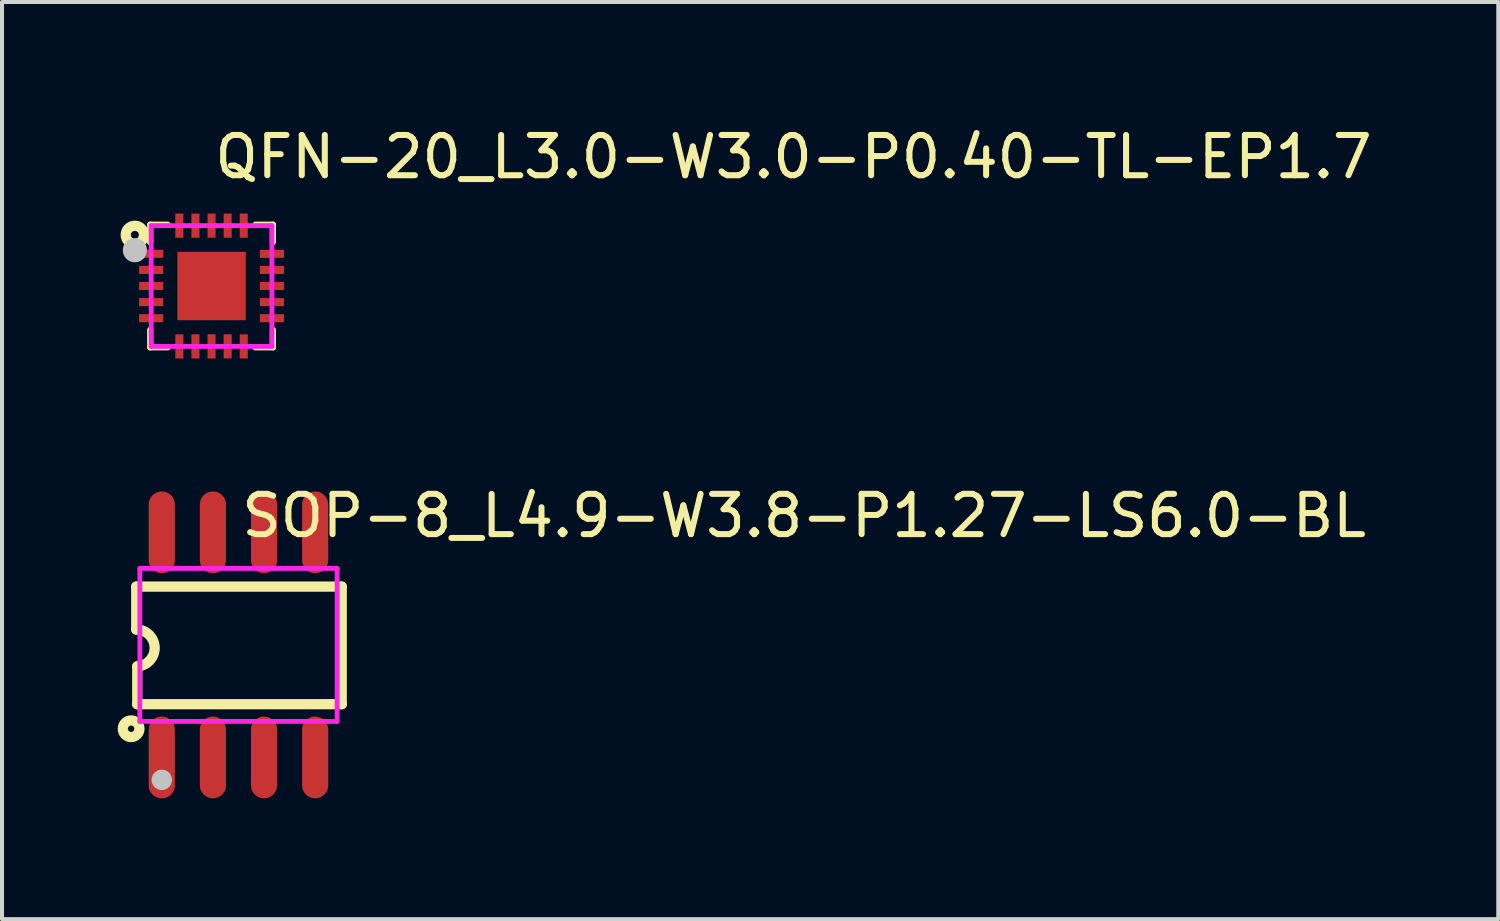
<source format=kicad_pcb>
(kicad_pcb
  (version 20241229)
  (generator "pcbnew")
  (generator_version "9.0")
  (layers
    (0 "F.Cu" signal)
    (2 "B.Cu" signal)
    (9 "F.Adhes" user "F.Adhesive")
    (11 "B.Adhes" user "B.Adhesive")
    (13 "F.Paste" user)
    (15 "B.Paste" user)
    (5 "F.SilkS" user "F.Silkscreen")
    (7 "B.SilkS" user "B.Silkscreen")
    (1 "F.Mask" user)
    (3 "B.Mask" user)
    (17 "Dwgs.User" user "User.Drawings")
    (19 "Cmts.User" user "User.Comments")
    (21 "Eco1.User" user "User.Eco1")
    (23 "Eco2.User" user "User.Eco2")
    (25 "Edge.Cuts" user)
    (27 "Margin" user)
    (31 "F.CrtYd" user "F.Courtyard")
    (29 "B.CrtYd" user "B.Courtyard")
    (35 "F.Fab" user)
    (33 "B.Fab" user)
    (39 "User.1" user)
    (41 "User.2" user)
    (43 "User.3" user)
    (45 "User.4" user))
  (footprint "SOP-8_L4.9-W3.8-P1.27-LS6.0-BL"
    (layer "F.Cu")
    (at 2.874 12.97)
    (property "Reference" "SOP-8_L4.9-W3.8-P1.27-LS6.0-BL" (at 0 -3.207 0) (layer "F.SilkS") (effects (font (size 1 1) (thickness 0.15)) (justify left)))
    (attr through_hole)
    (fp_line (start -2.54 -1.448) (end 2.565 -1.448) (stroke (width 0.254) (type solid)) (layer "F.SilkS"))
    (fp_line (start -2.54 -0.382) (end -2.54 -1.448) (stroke (width 0.254) (type solid)) (layer "F.SilkS"))
    (fp_line (start -2.515 1.473) (end -2.515 0.533) (stroke (width 0.254) (type solid)) (layer "F.SilkS"))
    (fp_line (start -2.489 1.473) (end -2.515 1.473) (stroke (width 0.254) (type solid)) (layer "F.SilkS"))
    (fp_line (start 2.565 -1.448) (end 2.565 1.473) (stroke (width 0.254) (type solid)) (layer "F.SilkS"))
    (fp_line (start 2.565 1.473) (end -2.489 1.473) (stroke (width 0.254) (type solid)) (layer "F.SilkS"))
    (fp_arc (start -2.54 -0.382) (mid -2.082179 0.063181) (end -2.514373 0.533282) (stroke (width 0.254) (type solid)) (layer "F.SilkS"))
    (fp_circle (center -2.667 2.083) (end -2.587 2.083) (stroke (width 0.254) (type solid)) (fill no) (layer "F.SilkS"))
    (fp_circle (center -1.905 3.353) (end -1.778 3.353) (stroke (width 0.254) (type solid)) (fill no) (layer "Dwgs.User"))
    (fp_line (start -2.095 -2.375) (end -1.715 -2.375) (stroke (width 0.12) (type solid)) (layer "Eco2.User"))
    (fp_line (start -2.095 -1.89) (end -2.095 -2.375) (stroke (width 0.12) (type solid)) (layer "Eco2.User"))
    (fp_line (start -2.095 1.89) (end -1.715 1.89) (stroke (width 0.12) (type solid)) (layer "Eco2.User"))
    (fp_line (start -2.095 2.375) (end -2.095 1.89) (stroke (width 0.12) (type solid)) (layer "Eco2.User"))
    (fp_line (start -1.715 -2.375) (end -1.715 -1.89) (stroke (width 0.12) (type solid)) (layer "Eco2.User"))
    (fp_line (start -1.715 -1.89) (end -2.095 -1.89) (stroke (width 0.12) (type solid)) (layer "Eco2.User"))
    (fp_line (start -1.715 1.89) (end -1.715 2.375) (stroke (width 0.12) (type solid)) (layer "Eco2.User"))
    (fp_line (start -1.715 2.375) (end -2.095 2.375) (stroke (width 0.12) (type solid)) (layer "Eco2.User"))
    (fp_line (start -0.825 -2.375) (end -0.445 -2.375) (stroke (width 0.12) (type solid)) (layer "Eco2.User"))
    (fp_line (start -0.825 -1.89) (end -0.825 -2.375) (stroke (width 0.12) (type solid)) (layer "Eco2.User"))
    (fp_line (start -0.825 1.89) (end -0.445 1.89) (stroke (width 0.12) (type solid)) (layer "Eco2.User"))
    (fp_line (start -0.825 2.375) (end -0.825 1.89) (stroke (width 0.12) (type solid)) (layer "Eco2.User"))
    (fp_line (start -0.445 -2.375) (end -0.445 -1.89) (stroke (width 0.12) (type solid)) (layer "Eco2.User"))
    (fp_line (start -0.445 -1.89) (end -0.825 -1.89) (stroke (width 0.12) (type solid)) (layer "Eco2.User"))
    (fp_line (start -0.445 1.89) (end -0.445 2.375) (stroke (width 0.12) (type solid)) (layer "Eco2.User"))
    (fp_line (start -0.445 2.375) (end -0.825 2.375) (stroke (width 0.12) (type solid)) (layer "Eco2.User"))
    (fp_line (start 0.445 -2.375) (end 0.825 -2.375) (stroke (width 0.12) (type solid)) (layer "Eco2.User"))
    (fp_line (start 0.445 -1.89) (end 0.445 -2.375) (stroke (width 0.12) (type solid)) (layer "Eco2.User"))
    (fp_line (start 0.445 1.89) (end 0.825 1.89) (stroke (width 0.12) (type solid)) (layer "Eco2.User"))
    (fp_line (start 0.445 2.375) (end 0.445 1.89) (stroke (width 0.12) (type solid)) (layer "Eco2.User"))
    (fp_line (start 0.825 -2.375) (end 0.825 -1.89) (stroke (width 0.12) (type solid)) (layer "Eco2.User"))
    (fp_line (start 0.825 -1.89) (end 0.445 -1.89) (stroke (width 0.12) (type solid)) (layer "Eco2.User"))
    (fp_line (start 0.825 1.89) (end 0.825 2.375) (stroke (width 0.12) (type solid)) (layer "Eco2.User"))
    (fp_line (start 0.825 2.375) (end 0.445 2.375) (stroke (width 0.12) (type solid)) (layer "Eco2.User"))
    (fp_line (start 1.715 -2.375) (end 2.095 -2.375) (stroke (width 0.12) (type solid)) (layer "Eco2.User"))
    (fp_line (start 1.715 -1.89) (end 1.715 -2.375) (stroke (width 0.12) (type solid)) (layer "Eco2.User"))
    (fp_line (start 1.715 1.89) (end 2.095 1.89) (stroke (width 0.12) (type solid)) (layer "Eco2.User"))
    (fp_line (start 1.715 2.375) (end 1.715 1.89) (stroke (width 0.12) (type solid)) (layer "Eco2.User"))
    (fp_line (start 2.095 -2.375) (end 2.095 -1.89) (stroke (width 0.12) (type solid)) (layer "Eco2.User"))
    (fp_line (start 2.095 -1.89) (end 1.715 -1.89) (stroke (width 0.12) (type solid)) (layer "Eco2.User"))
    (fp_line (start 2.095 1.89) (end 2.095 2.375) (stroke (width 0.12) (type solid)) (layer "Eco2.User"))
    (fp_line (start 2.095 2.375) (end 1.715 2.375) (stroke (width 0.12) (type solid)) (layer "Eco2.User"))
    (fp_circle (center -2.45 3.076) (end -2.4 3.076) (stroke (width 0.1) (type solid)) (fill no) (layer "Eco2.User"))
    (fp_poly (pts (xy -2.095 -2.365) (xy -2.095 -3) (xy -1.715 -3) (xy -1.715 -2.365)) (stroke (width 0.12) (type solid)) (fill no) (layer "Eco2.User"))
    (fp_poly (pts (xy -2.095 3) (xy -2.095 2.365) (xy -1.715 2.365) (xy -1.715 3)) (stroke (width 0.12) (type solid)) (fill no) (layer "Eco2.User"))
    (fp_poly (pts (xy -0.825 -2.365) (xy -0.825 -3) (xy -0.445 -3) (xy -0.445 -2.365)) (stroke (width 0.12) (type solid)) (fill no) (layer "Eco2.User"))
    (fp_poly (pts (xy -0.825 3) (xy -0.825 2.365) (xy -0.445 2.365) (xy -0.445 3)) (stroke (width 0.12) (type solid)) (fill no) (layer "Eco2.User"))
    (fp_poly (pts (xy 0.445 -2.365) (xy 0.445 -3) (xy 0.825 -3) (xy 0.825 -2.365)) (stroke (width 0.12) (type solid)) (fill no) (layer "Eco2.User"))
    (fp_poly (pts (xy 0.445 3) (xy 0.445 2.365) (xy 0.825 2.365) (xy 0.825 3)) (stroke (width 0.12) (type solid)) (fill no) (layer "Eco2.User"))
    (fp_poly (pts (xy 1.715 -2.365) (xy 1.715 -3) (xy 2.095 -3) (xy 2.095 -2.365)) (stroke (width 0.12) (type solid)) (fill no) (layer "Eco2.User"))
    (fp_poly (pts (xy 1.715 3) (xy 1.715 2.365) (xy 2.095 2.365) (xy 2.095 3)) (stroke (width 0.12) (type solid)) (fill no) (layer "Eco2.User"))
    (fp_line (start -2.45 -1.9) (end 2.45 -1.9) (stroke (width 0.12) (type solid)) (layer "F.CrtYd"))
    (fp_line (start -2.45 1.9) (end -2.45 -1.9) (stroke (width 0.12) (type solid)) (layer "F.CrtYd"))
    (fp_line (start 2.45 -1.9) (end 2.45 1.9) (stroke (width 0.12) (type solid)) (layer "F.CrtYd"))
    (fp_line (start 2.45 1.9) (end -2.45 1.9) (stroke (width 0.12) (type solid)) (layer "F.CrtYd"))
    (pad "1" smd oval (at -1.905 2.796) (size 0.65 2.032) (layers "F.Cu" "F.Mask" "F.Paste"))
    (pad "2" smd oval (at -0.635 2.796) (size 0.65 2.032) (layers "F.Cu" "F.Mask" "F.Paste"))
    (pad "3" smd oval (at 0.635 2.796) (size 0.65 2.032) (layers "F.Cu" "F.Mask" "F.Paste"))
    (pad "4" smd oval (at 1.905 2.796) (size 0.65 2.032) (layers "F.Cu" "F.Mask" "F.Paste"))
    (pad "5" smd oval (at 1.905 -2.796) (size 0.65 2.032) (layers "F.Cu" "F.Mask" "F.Paste"))
    (pad "6" smd oval (at 0.635 -2.796) (size 0.65 2.032) (layers "F.Cu" "F.Mask" "F.Paste"))
    (pad "7" smd oval (at -0.635 -2.796) (size 0.65 2.032) (layers "F.Cu" "F.Mask" "F.Paste"))
    (pad "8" smd oval (at -1.905 -2.796) (size 0.65 2.032) (layers "F.Cu" "F.Mask" "F.Paste")))
  (footprint "QFN-20_L3.0-W3.0-P0.40-TL-EP1.7"
    (layer "F.Cu")
    (at 2.205 4.055)
    (property "Reference" "QFN-20_L3.0-W3.0-P0.40-TL-EP1.7" (at 0 -3.207 0) (layer "F.SilkS") (effects (font (size 1 1) (thickness 0.15)) (justify left)))
    (attr through_hole)
    (fp_line (start -1.524 -1.524) (end -1.09 -1.524) (stroke (width 0.152) (type solid)) (layer "F.SilkS"))
    (fp_line (start -1.524 -1.09) (end -1.524 -1.524) (stroke (width 0.152) (type solid)) (layer "F.SilkS"))
    (fp_line (start -1.524 -1.09) (end -1.524 -1.143) (stroke (width 0.152) (type solid)) (layer "F.SilkS"))
    (fp_line (start -1.524 1.524) (end -1.524 1.09) (stroke (width 0.152) (type solid)) (layer "F.SilkS"))
    (fp_line (start -1.09 1.524) (end -1.524 1.524) (stroke (width 0.152) (type solid)) (layer "F.SilkS"))
    (fp_line (start 1.09 -1.524) (end 1.524 -1.524) (stroke (width 0.152) (type solid)) (layer "F.SilkS"))
    (fp_line (start 1.524 -1.524) (end 1.524 -1.09) (stroke (width 0.152) (type solid)) (layer "F.SilkS"))
    (fp_line (start 1.524 1.09) (end 1.524 1.524) (stroke (width 0.152) (type solid)) (layer "F.SilkS"))
    (fp_line (start 1.524 1.524) (end 1.09 1.524) (stroke (width 0.152) (type solid)) (layer "F.SilkS"))
    (fp_circle (center -1.905 -1.27) (end -1.805 -1.27) (stroke (width 0.254) (type solid)) (fill no) (layer "F.SilkS"))
    (fp_poly (pts (xy -1.2 -0.7) (xy -1.2 -0.9) (xy -1.8 -0.9) (xy -1.8 -0.7)) (stroke (width 0.12) (type solid)) (fill yes) (layer "F.Paste"))
    (fp_poly (pts (xy -1.2 -0.3) (xy -1.2 -0.5) (xy -1.8 -0.5) (xy -1.8 -0.3)) (stroke (width 0.12) (type solid)) (fill yes) (layer "F.Paste"))
    (fp_poly (pts (xy -1.2 0.1) (xy -1.2 -0.1) (xy -1.8 -0.1) (xy -1.8 0.1)) (stroke (width 0.12) (type solid)) (fill yes) (layer "F.Paste"))
    (fp_poly (pts (xy -1.2 0.5) (xy -1.2 0.3) (xy -1.8 0.3) (xy -1.8 0.5)) (stroke (width 0.12) (type solid)) (fill yes) (layer "F.Paste"))
    (fp_poly (pts (xy -1.2 0.9) (xy -1.2 0.7) (xy -1.8 0.7) (xy -1.8 0.9)) (stroke (width 0.12) (type solid)) (fill yes) (layer "F.Paste"))
    (fp_poly (pts (xy -0.7 -1.8) (xy -0.9 -1.8) (xy -0.9 -1.2) (xy -0.7 -1.2)) (stroke (width 0.12) (type solid)) (fill yes) (layer "F.Paste"))
    (fp_poly (pts (xy -0.7 1.2) (xy -0.9 1.2) (xy -0.9 1.8) (xy -0.7 1.8)) (stroke (width 0.12) (type solid)) (fill yes) (layer "F.Paste"))
    (fp_poly (pts (xy -0.3 -1.8) (xy -0.5 -1.8) (xy -0.5 -1.2) (xy -0.3 -1.2)) (stroke (width 0.12) (type solid)) (fill yes) (layer "F.Paste"))
    (fp_poly (pts (xy -0.3 1.2) (xy -0.5 1.2) (xy -0.5 1.8) (xy -0.3 1.8)) (stroke (width 0.12) (type solid)) (fill yes) (layer "F.Paste"))
    (fp_poly (pts (xy 0.1 -1.8) (xy -0.1 -1.8) (xy -0.1 -1.2) (xy 0.1 -1.2)) (stroke (width 0.12) (type solid)) (fill yes) (layer "F.Paste"))
    (fp_poly (pts (xy 0.1 1.2) (xy -0.1 1.2) (xy -0.1 1.8) (xy 0.1 1.8)) (stroke (width 0.12) (type solid)) (fill yes) (layer "F.Paste"))
    (fp_poly (pts (xy 0.5 -1.8) (xy 0.3 -1.8) (xy 0.3 -1.2) (xy 0.5 -1.2)) (stroke (width 0.12) (type solid)) (fill yes) (layer "F.Paste"))
    (fp_poly (pts (xy 0.5 1.2) (xy 0.3 1.2) (xy 0.3 1.8) (xy 0.5 1.8)) (stroke (width 0.12) (type solid)) (fill yes) (layer "F.Paste"))
    (fp_poly (pts (xy 0.68 0.68) (xy -0.68 0.68) (xy -0.68 -0.68) (xy 0.68 -0.68)) (stroke (width 0.12) (type solid)) (fill yes) (layer "F.Paste"))
    (fp_poly (pts (xy 0.9 -1.8) (xy 0.7 -1.8) (xy 0.7 -1.2) (xy 0.9 -1.2)) (stroke (width 0.12) (type solid)) (fill yes) (layer "F.Paste"))
    (fp_poly (pts (xy 0.9 1.2) (xy 0.7 1.2) (xy 0.7 1.8) (xy 0.9 1.8)) (stroke (width 0.12) (type solid)) (fill yes) (layer "F.Paste"))
    (fp_poly (pts (xy 1.8 -0.7) (xy 1.8 -0.9) (xy 1.2 -0.9) (xy 1.2 -0.7)) (stroke (width 0.12) (type solid)) (fill yes) (layer "F.Paste"))
    (fp_poly (pts (xy 1.8 -0.3) (xy 1.8 -0.5) (xy 1.2 -0.5) (xy 1.2 -0.3)) (stroke (width 0.12) (type solid)) (fill yes) (layer "F.Paste"))
    (fp_poly (pts (xy 1.8 0.1) (xy 1.8 -0.1) (xy 1.2 -0.1) (xy 1.2 0.1)) (stroke (width 0.12) (type solid)) (fill yes) (layer "F.Paste"))
    (fp_poly (pts (xy 1.8 0.5) (xy 1.8 0.3) (xy 1.2 0.3) (xy 1.2 0.5)) (stroke (width 0.12) (type solid)) (fill yes) (layer "F.Paste"))
    (fp_poly (pts (xy 1.8 0.9) (xy 1.8 0.7) (xy 1.2 0.7) (xy 1.2 0.9)) (stroke (width 0.12) (type solid)) (fill yes) (layer "F.Paste"))
    (fp_circle (center -1.905 -0.889) (end -1.755 -0.889) (stroke (width 0.3) (type solid)) (fill no) (layer "Dwgs.User"))
    (fp_circle (center -1.5 -1.5) (end -1.47 -1.5) (stroke (width 0.06) (type solid)) (fill no) (layer "Eco2.User"))
    (fp_poly (pts (xy -1.2 -0.9) (xy -1.2 -0.7) (xy -1.5 -0.7) (xy -1.5 -0.9)) (stroke (width 0.12) (type solid)) (fill no) (layer "Eco2.User"))
    (fp_poly (pts (xy -1.2 -0.5) (xy -1.2 -0.3) (xy -1.5 -0.3) (xy -1.5 -0.5)) (stroke (width 0.12) (type solid)) (fill no) (layer "Eco2.User"))
    (fp_poly (pts (xy -1.2 -0.1) (xy -1.2 0.1) (xy -1.5 0.1) (xy -1.5 -0.1)) (stroke (width 0.12) (type solid)) (fill no) (layer "Eco2.User"))
    (fp_poly (pts (xy -1.2 0.3) (xy -1.2 0.5) (xy -1.5 0.5) (xy -1.5 0.3)) (stroke (width 0.12) (type solid)) (fill no) (layer "Eco2.User"))
    (fp_poly (pts (xy -1.2 0.7) (xy -1.2 0.9) (xy -1.5 0.9) (xy -1.5 0.7)) (stroke (width 0.12) (type solid)) (fill no) (layer "Eco2.User"))
    (fp_poly (pts (xy -0.9 1.2) (xy -0.7 1.2) (xy -0.7 1.5) (xy -0.9 1.5)) (stroke (width 0.12) (type solid)) (fill no) (layer "Eco2.User"))
    (fp_poly (pts (xy -0.7 -1.2) (xy -0.9 -1.2) (xy -0.9 -1.5) (xy -0.7 -1.5)) (stroke (width 0.12) (type solid)) (fill no) (layer "Eco2.User"))
    (fp_poly (pts (xy -0.5 1.2) (xy -0.3 1.2) (xy -0.3 1.5) (xy -0.5 1.5)) (stroke (width 0.12) (type solid)) (fill no) (layer "Eco2.User"))
    (fp_poly (pts (xy -0.3 -1.2) (xy -0.5 -1.2) (xy -0.5 -1.5) (xy -0.3 -1.5)) (stroke (width 0.12) (type solid)) (fill no) (layer "Eco2.User"))
    (fp_poly (pts (xy -0.1 1.2) (xy 0.1 1.2) (xy 0.1 1.5) (xy -0.1 1.5)) (stroke (width 0.12) (type solid)) (fill no) (layer "Eco2.User"))
    (fp_poly (pts (xy 0.1 -1.2) (xy -0.1 -1.2) (xy -0.1 -1.5) (xy 0.1 -1.5)) (stroke (width 0.12) (type solid)) (fill no) (layer "Eco2.User"))
    (fp_poly (pts (xy 0.3 1.2) (xy 0.5 1.2) (xy 0.5 1.5) (xy 0.3 1.5)) (stroke (width 0.12) (type solid)) (fill no) (layer "Eco2.User"))
    (fp_poly (pts (xy 0.5 -1.2) (xy 0.3 -1.2) (xy 0.3 -1.5) (xy 0.5 -1.5)) (stroke (width 0.12) (type solid)) (fill no) (layer "Eco2.User"))
    (fp_poly (pts (xy 0.7 1.2) (xy 0.9 1.2) (xy 0.9 1.5) (xy 0.7 1.5)) (stroke (width 0.12) (type solid)) (fill no) (layer "Eco2.User"))
    (fp_poly (pts (xy 0.85 0.85) (xy -0.85 0.85) (xy -0.85 -0.85) (xy 0.85 -0.85)) (stroke (width 0.12) (type solid)) (fill no) (layer "Eco2.User"))
    (fp_poly (pts (xy 0.9 -1.2) (xy 0.7 -1.2) (xy 0.7 -1.5) (xy 0.9 -1.5)) (stroke (width 0.12) (type solid)) (fill no) (layer "Eco2.User"))
    (fp_poly (pts (xy 1.5 -0.9) (xy 1.5 -0.7) (xy 1.2 -0.7) (xy 1.2 -0.9)) (stroke (width 0.12) (type solid)) (fill no) (layer "Eco2.User"))
    (fp_poly (pts (xy 1.5 -0.5) (xy 1.5 -0.3) (xy 1.2 -0.3) (xy 1.2 -0.5)) (stroke (width 0.12) (type solid)) (fill no) (layer "Eco2.User"))
    (fp_poly (pts (xy 1.5 -0.1) (xy 1.5 0.1) (xy 1.2 0.1) (xy 1.2 -0.1)) (stroke (width 0.12) (type solid)) (fill no) (layer "Eco2.User"))
    (fp_poly (pts (xy 1.5 0.3) (xy 1.5 0.5) (xy 1.2 0.5) (xy 1.2 0.3)) (stroke (width 0.12) (type solid)) (fill no) (layer "Eco2.User"))
    (fp_poly (pts (xy 1.5 0.7) (xy 1.5 0.9) (xy 1.2 0.9) (xy 1.2 0.7)) (stroke (width 0.12) (type solid)) (fill no) (layer "Eco2.User"))
    (fp_line (start -1.5 -1.5) (end 1.5 -1.5) (stroke (width 0.12) (type solid)) (layer "F.CrtYd"))
    (fp_line (start -1.5 1.5) (end -1.5 -1.5) (stroke (width 0.12) (type solid)) (layer "F.CrtYd"))
    (fp_line (start 1.5 -1.5) (end 1.5 1.5) (stroke (width 0.12) (type solid)) (layer "F.CrtYd"))
    (fp_line (start 1.5 1.5) (end -1.5 1.5) (stroke (width 0.12) (type solid)) (layer "F.CrtYd"))
    (pad "1" smd rect (at -1.5 -0.8) (size 0.6 0.2) (layers "F.Cu" "F.Mask" "F.Paste"))
    (pad "2" smd rect (at -1.5 -0.4) (size 0.6 0.2) (layers "F.Cu" "F.Mask" "F.Paste"))
    (pad "3" smd rect (at -1.5 0) (size 0.6 0.2) (layers "F.Cu" "F.Mask" "F.Paste"))
    (pad "4" smd rect (at -1.5 0.4) (size 0.6 0.2) (layers "F.Cu" "F.Mask" "F.Paste"))
    (pad "5" smd rect (at -1.5 0.8) (size 0.6 0.2) (layers "F.Cu" "F.Mask" "F.Paste"))
    (pad "6" smd rect (at -0.8 1.5) (size 0.2 0.6) (layers "F.Cu" "F.Mask" "F.Paste"))
    (pad "7" smd rect (at -0.4 1.5) (size 0.2 0.6) (layers "F.Cu" "F.Mask" "F.Paste"))
    (pad "8" smd rect (at 0 1.5) (size 0.2 0.6) (layers "F.Cu" "F.Mask" "F.Paste"))
    (pad "9" smd rect (at 0.4 1.5) (size 0.2 0.6) (layers "F.Cu" "F.Mask" "F.Paste"))
    (pad "10" smd rect (at 0.8 1.5) (size 0.2 0.6) (layers "F.Cu" "F.Mask" "F.Paste"))
    (pad "11" smd rect (at 1.5 0.8) (size 0.6 0.2) (layers "F.Cu" "F.Mask" "F.Paste"))
    (pad "12" smd rect (at 1.5 0.4) (size 0.6 0.2) (layers "F.Cu" "F.Mask" "F.Paste"))
    (pad "13" smd rect (at 1.5 0) (size 0.6 0.2) (layers "F.Cu" "F.Mask" "F.Paste"))
    (pad "14" smd rect (at 1.5 -0.4) (size 0.6 0.2) (layers "F.Cu" "F.Mask" "F.Paste"))
    (pad "15" smd rect (at 1.5 -0.8) (size 0.6 0.2) (layers "F.Cu" "F.Mask" "F.Paste"))
    (pad "16" smd rect (at 0.8 -1.5) (size 0.2 0.6) (layers "F.Cu" "F.Mask" "F.Paste"))
    (pad "17" smd rect (at 0.4 -1.5) (size 0.2 0.6) (layers "F.Cu" "F.Mask" "F.Paste"))
    (pad "18" smd rect (at 0 -1.5) (size 0.2 0.6) (layers "F.Cu" "F.Mask" "F.Paste"))
    (pad "19" smd rect (at -0.4 -1.5) (size 0.2 0.6) (layers "F.Cu" "F.Mask" "F.Paste"))
    (pad "20" smd rect (at -0.8 -1.5) (size 0.2 0.6) (layers "F.Cu" "F.Mask" "F.Paste"))
    (pad "21" smd rect (at 0 0 180) (size 1.7 1.7) (layers "F.Cu" "F.Mask" "F.Paste")))
  (gr_rect
    (start -3 -3)
    (end 34.169 19.782)
    (stroke (width 0.1) (type default))
    (fill no)
    (layer "Edge.Cuts")))
</source>
